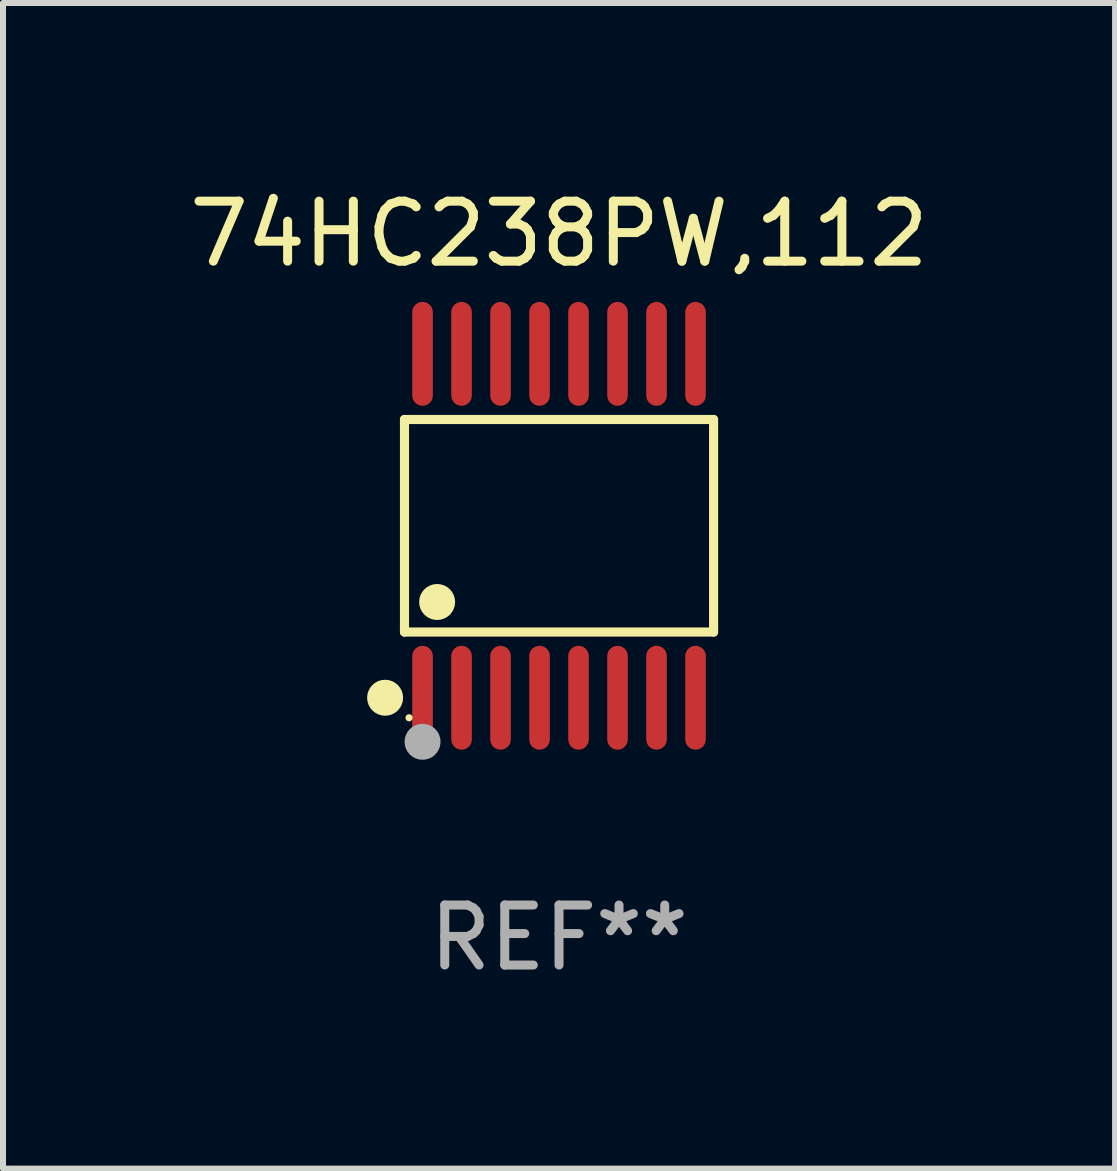
<source format=kicad_pcb>
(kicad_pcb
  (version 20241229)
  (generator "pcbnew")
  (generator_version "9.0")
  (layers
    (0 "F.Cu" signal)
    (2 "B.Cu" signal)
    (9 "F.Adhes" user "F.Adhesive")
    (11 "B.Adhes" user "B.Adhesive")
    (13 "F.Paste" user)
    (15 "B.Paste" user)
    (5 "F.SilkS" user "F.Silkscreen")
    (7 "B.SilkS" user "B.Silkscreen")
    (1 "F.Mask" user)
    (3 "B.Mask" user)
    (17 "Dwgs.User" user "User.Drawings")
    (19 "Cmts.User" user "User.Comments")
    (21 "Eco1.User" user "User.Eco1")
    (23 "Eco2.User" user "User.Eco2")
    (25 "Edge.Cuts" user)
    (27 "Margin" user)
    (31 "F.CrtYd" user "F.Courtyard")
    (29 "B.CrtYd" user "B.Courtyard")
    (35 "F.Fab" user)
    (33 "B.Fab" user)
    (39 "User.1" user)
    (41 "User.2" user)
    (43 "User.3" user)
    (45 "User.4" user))
  (footprint "74HC238PW,112"
    (layer "F.Cu")
    (at 6.268 5.714)
    (property "Reference" "74HC238PW,112" (at 0 -4.866 0) (layer "F.SilkS") (effects (font (size 1 1) (thickness 0.15))))
    (attr through_hole)
    (fp_line (start -2.576 -1.772) (end 2.576 -1.772) (stroke (width 0.152) (type solid)) (layer "F.SilkS"))
    (fp_line (start -2.576 1.771) (end -2.576 -1.772) (stroke (width 0.152) (type solid)) (layer "F.SilkS"))
    (fp_line (start 2.576 -1.772) (end 2.576 1.771) (stroke (width 0.152) (type solid)) (layer "F.SilkS"))
    (fp_line (start 2.576 1.771) (end -2.576 1.771) (stroke (width 0.152) (type solid)) (layer "F.SilkS"))
    (fp_circle (center -2.899 2.866) (end -2.749 2.866) (stroke (width 0.3) (type solid)) (fill no) (layer "F.SilkS"))
    (fp_circle (center -2.5 3.2) (end -2.47 3.2) (stroke (width 0.06) (type solid)) (fill no) (layer "F.SilkS"))
    (fp_circle (center -2.032 1.27) (end -1.882 1.27) (stroke (width 0.3) (type solid)) (fill no) (layer "F.SilkS"))
    (fp_circle (center -2.275 3.6) (end -2.125 3.6) (stroke (width 0.3) (type solid)) (fill no) (layer "F.Fab"))
    (fp_text user "REF**" (at 0 6.866 0) (layer "F.Fab") (effects (font (size 1 1) (thickness 0.15))))
    (pad "1" smd oval (at -2.275 2.866) (size 0.343 1.731) (layers "F.Cu" "F.Mask" "F.Paste"))
    (pad "2" smd oval (at -1.625 2.866) (size 0.343 1.731) (layers "F.Cu" "F.Mask" "F.Paste"))
    (pad "3" smd oval (at -0.975 2.866) (size 0.343 1.731) (layers "F.Cu" "F.Mask" "F.Paste"))
    (pad "4" smd oval (at -0.325 2.866) (size 0.343 1.731) (layers "F.Cu" "F.Mask" "F.Paste"))
    (pad "5" smd oval (at 0.325 2.866) (size 0.343 1.731) (layers "F.Cu" "F.Mask" "F.Paste"))
    (pad "6" smd oval (at 0.975 2.866) (size 0.343 1.731) (layers "F.Cu" "F.Mask" "F.Paste"))
    (pad "7" smd oval (at 1.625 2.866) (size 0.343 1.731) (layers "F.Cu" "F.Mask" "F.Paste"))
    (pad "8" smd oval (at 2.275 2.866) (size 0.343 1.731) (layers "F.Cu" "F.Mask" "F.Paste"))
    (pad "9" smd oval (at 2.275 -2.866) (size 0.343 1.731) (layers "F.Cu" "F.Mask" "F.Paste"))
    (pad "10" smd oval (at 1.625 -2.866) (size 0.343 1.731) (layers "F.Cu" "F.Mask" "F.Paste"))
    (pad "11" smd oval (at 0.975 -2.866) (size 0.343 1.731) (layers "F.Cu" "F.Mask" "F.Paste"))
    (pad "12" smd oval (at 0.325 -2.866) (size 0.343 1.731) (layers "F.Cu" "F.Mask" "F.Paste"))
    (pad "13" smd oval (at -0.325 -2.866) (size 0.343 1.731) (layers "F.Cu" "F.Mask" "F.Paste"))
    (pad "14" smd oval (at -0.975 -2.866) (size 0.343 1.731) (layers "F.Cu" "F.Mask" "F.Paste"))
    (pad "15" smd oval (at -1.625 -2.866) (size 0.343 1.731) (layers "F.Cu" "F.Mask" "F.Paste"))
    (pad "16" smd oval (at -2.275 -2.866) (size 0.343 1.731) (layers "F.Cu" "F.Mask" "F.Paste")))
  (gr_rect
    (start -3 -3)
    (end 15.536 16.428)
    (stroke (width 0.1) (type default))
    (fill no)
    (layer "Edge.Cuts")))
</source>
